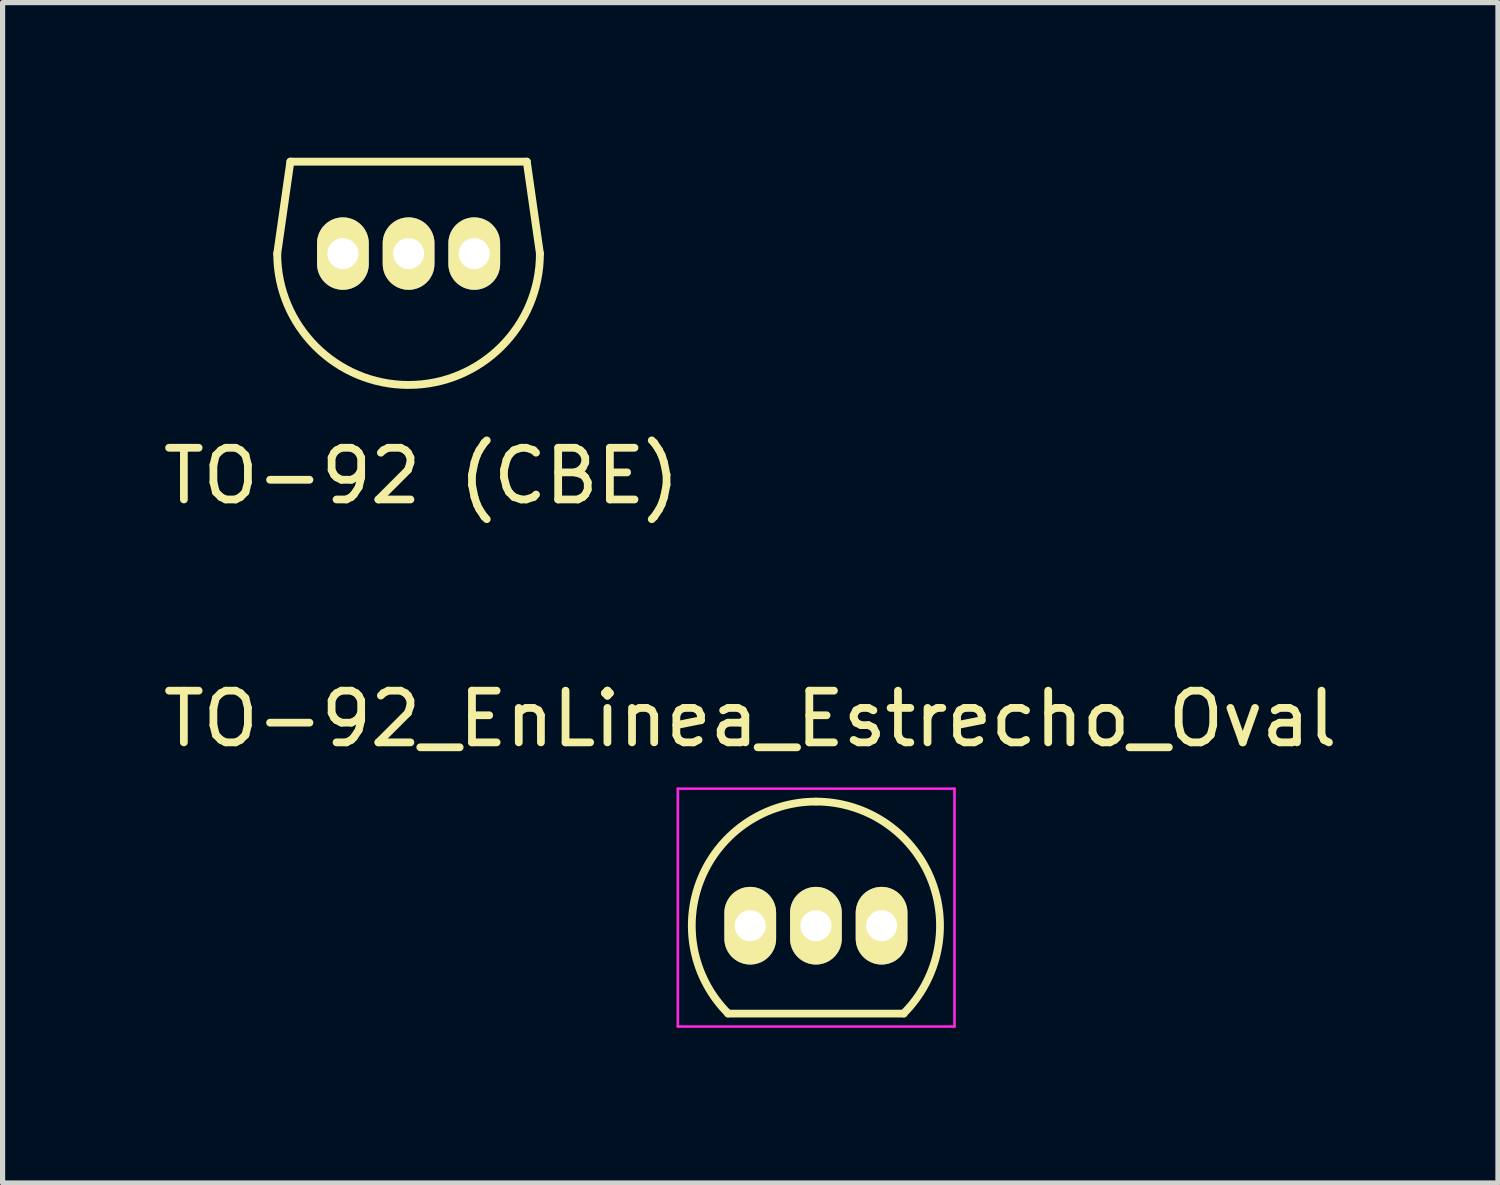
<source format=kicad_pcb>
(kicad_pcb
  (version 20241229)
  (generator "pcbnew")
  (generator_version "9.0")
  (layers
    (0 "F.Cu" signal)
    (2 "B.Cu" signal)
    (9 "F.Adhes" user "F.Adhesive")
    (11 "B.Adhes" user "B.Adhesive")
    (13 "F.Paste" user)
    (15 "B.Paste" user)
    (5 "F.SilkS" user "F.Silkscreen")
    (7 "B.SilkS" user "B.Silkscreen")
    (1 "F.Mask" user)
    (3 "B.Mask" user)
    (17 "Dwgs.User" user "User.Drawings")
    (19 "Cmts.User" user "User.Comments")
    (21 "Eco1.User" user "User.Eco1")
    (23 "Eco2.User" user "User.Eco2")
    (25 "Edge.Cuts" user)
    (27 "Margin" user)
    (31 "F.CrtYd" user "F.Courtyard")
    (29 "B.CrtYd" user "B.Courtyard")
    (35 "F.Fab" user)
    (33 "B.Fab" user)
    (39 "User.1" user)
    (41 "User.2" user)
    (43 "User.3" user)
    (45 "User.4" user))
  (footprint "TO-92_EnLinea_Estrecho_Oval"
    (layer "F.Cu")
    (at 11.458 14.851)
    (property "Reference" "TO-92_EnLinea_Estrecho_Oval" (at 0 -4 0) (layer "F.SilkS") (effects (font (size 1 1) (thickness 0.15))))
    (attr through_hole)
    (fp_line (start -0.43 1.7) (end 2.97 1.7) (stroke (width 0.15) (type solid)) (layer "F.SilkS"))
    (fp_arc (start -0.427056 1.697056) (mid -0.947311 -0.91844) (end 1.27 -2.4) (stroke (width 0.15) (type solid)) (layer "F.SilkS"))
    (fp_arc (start 1.27 -2.4) (mid 3.487311 -0.91844) (end 2.967056 1.697056) (stroke (width 0.15) (type solid)) (layer "F.SilkS"))
    (fp_line (start -1.4 -2.65) (end 3.95 -2.65) (stroke (width 0.05) (type solid)) (layer "F.CrtYd"))
    (fp_line (start -1.4 1.95) (end -1.4 -2.65) (stroke (width 0.05) (type solid)) (layer "F.CrtYd"))
    (fp_line (start -1.4 1.95) (end 3.95 1.95) (stroke (width 0.05) (type solid)) (layer "F.CrtYd"))
    (fp_line (start 3.95 1.95) (end 3.95 -2.65) (stroke (width 0.05) (type solid)) (layer "F.CrtYd"))
    (pad "1" thru_hole oval (at 0 0 180) (size 1 1.501) (drill 0.6) (layers "*.Cu" "*.Mask" "F.SilkS"))
    (pad "2" thru_hole oval (at 1.27 0 180) (size 1 1.501) (drill 0.6) (layers "*.Cu" "*.Mask" "F.SilkS"))
    (pad "3" thru_hole oval (at 2.54 0 180) (size 1 1.501) (drill 0.6) (layers "*.Cu" "*.Mask" "F.SilkS")))
  (footprint "TO-92 (CBE)"
    (layer "F.Cu")
    (at 4.851 1.854)
    (property "Reference" "TO-92 (CBE)" (at 0.25 4.3 0) (layer "F.SilkS") (effects (font (size 1 1) (thickness 0.15))))
    (attr through_hole)
    (fp_line (start -2.54 0) (end -2.286 -1.778) (stroke (width 0.152) (type solid)) (layer "F.SilkS"))
    (fp_line (start -2.286 -1.778) (end 2.286 -1.778) (stroke (width 0.152) (type solid)) (layer "F.SilkS"))
    (fp_line (start 2.286 -1.778) (end 2.54 0) (stroke (width 0.152) (type solid)) (layer "F.SilkS"))
    (fp_arc (start 2.54 0) (mid 0 2.54) (end -2.54 0) (stroke (width 0.1524) (type solid)) (layer "F.SilkS"))
    (pad "1" thru_hole oval (at -1.27 0) (size 1 1.4) (drill 0.6) (layers "*.Cu" "*.Mask" "F.SilkS"))
    (pad "2" thru_hole oval (at 0 0) (size 1 1.4) (drill 0.6) (layers "*.Cu" "*.Mask" "F.SilkS"))
    (pad "3" thru_hole oval (at 1.27 0) (size 1 1.4) (drill 0.6) (layers "*.Cu" "*.Mask" "F.SilkS")))
  (gr_rect
    (start -3 -3)
    (end 25.917 19.826)
    (stroke (width 0.1) (type default))
    (fill no)
    (layer "Edge.Cuts")))
</source>
